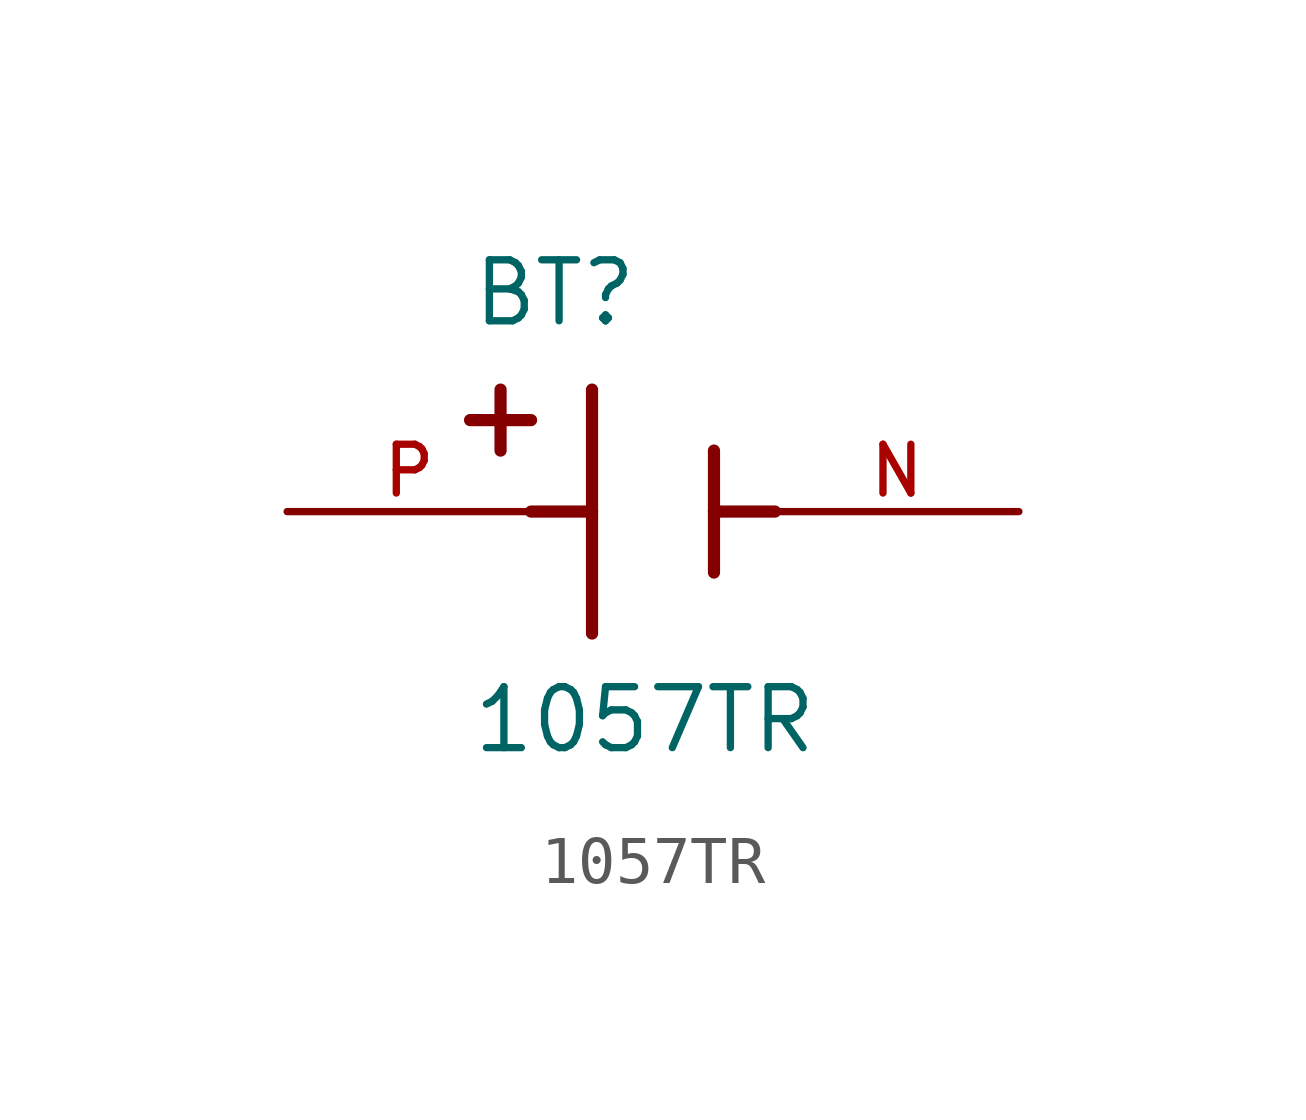
<source format=kicad_sym>
(kicad_symbol_lib
  (version 20211014)
  (generator kicad_symbol_editor)
  (symbol "1057TR"
    (pin_names
      (offset 1.016))
    (property "Reference" "BT"
      (at -3.81 3.81 0)
      (effects (font (size 1.27 1.27)) (justify bottom left)))
    (property "Value" "1057TR"
      (at -3.81 -5.08 0)
      (effects (font (size 1.27 1.27)) (justify bottom left)))
    (symbol "1057TR_0_0"
      (polyline (pts (xy -1.27 2.54) (xy -1.27 0.0)) (stroke (width 0.254)))
      (polyline (pts (xy -1.27 0.0) (xy -1.27 -2.54)) (stroke (width 0.254)))
      (polyline (pts (xy 1.27 1.27) (xy 1.27 0.0)) (stroke (width 0.254)))
      (polyline (pts (xy 1.27 0.0) (xy 1.27 -1.27)) (stroke (width 0.254)))
      (polyline (pts (xy -1.27 0.0) (xy -2.54 0.0)) (stroke (width 0.254)))
      (polyline (pts (xy 1.27 0.0) (xy 2.54 0.0)) (stroke (width 0.254)))
      (polyline (pts (xy -3.175 2.54) (xy -3.175 1.27)) (stroke (width 0.254)))
      (polyline (pts (xy -3.81 1.905) (xy -2.54 1.905)) (stroke (width 0.254)))
      (pin passive line (at -7.62 0.0 0) (length 5.08) (name "~" (effects (font (size 1.016 1.016)))) (number "P" (effects (font (size 1.016 1.016)))))
      (pin passive line (at 7.62 0.0 180.0) (length 5.08) (name "~" (effects (font (size 1.016 1.016)))) (number "N" (effects (font (size 1.016 1.016))))))))
</source>
